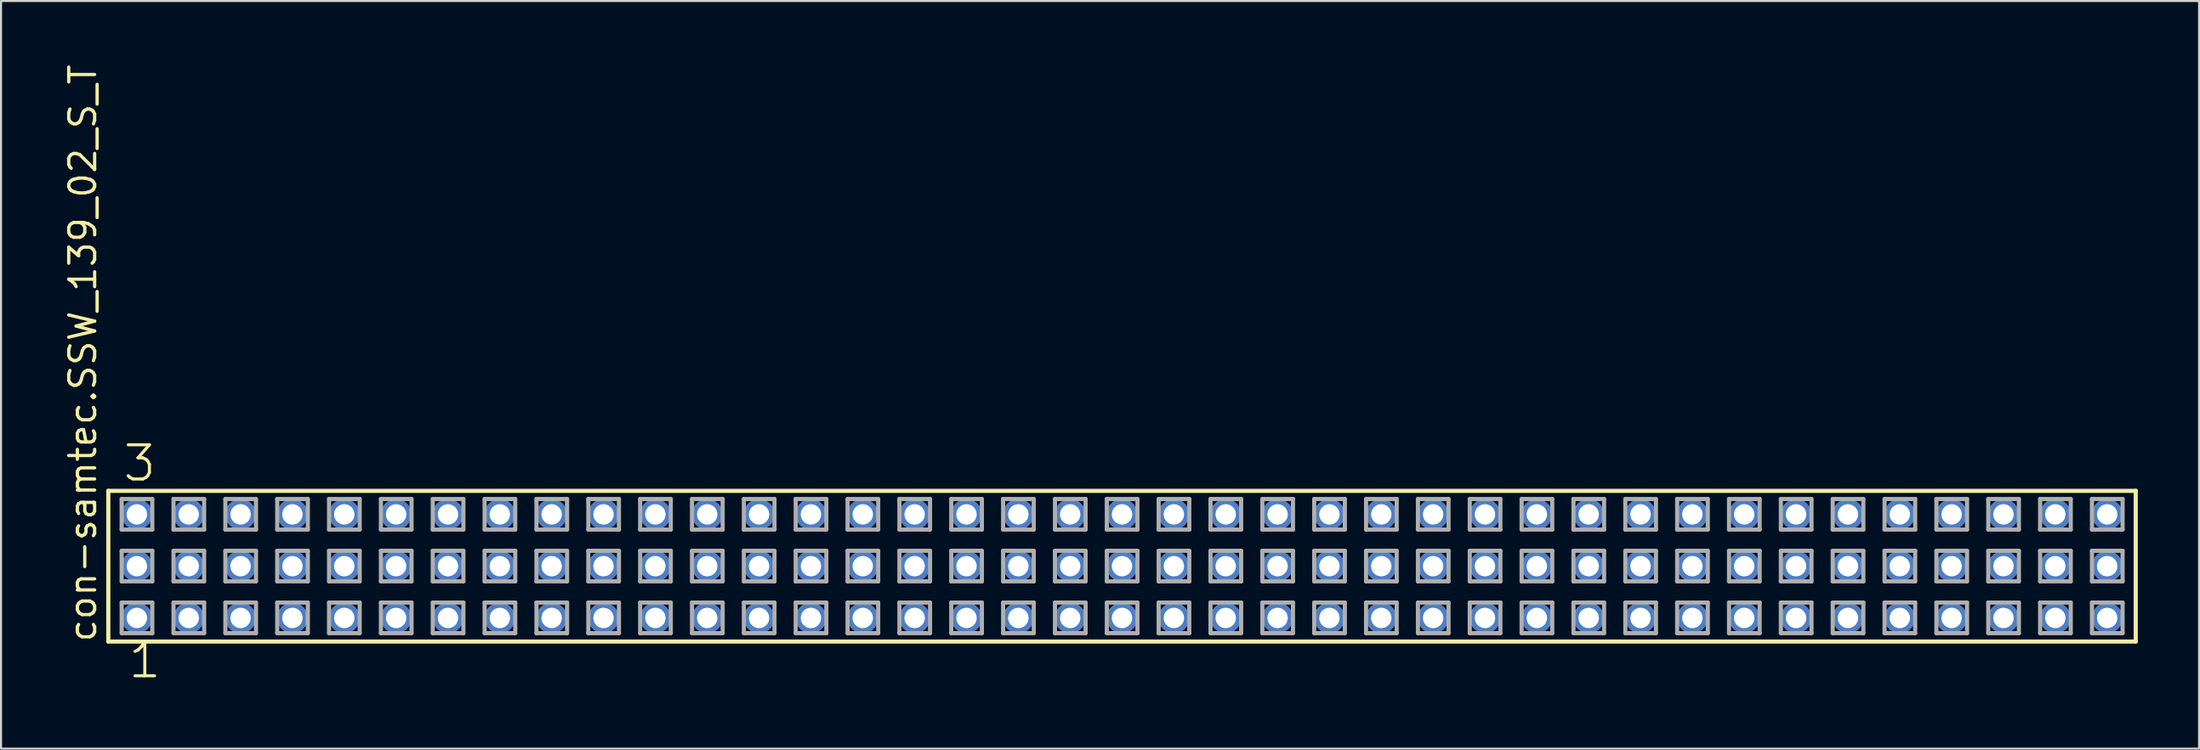
<source format=kicad_pcb>
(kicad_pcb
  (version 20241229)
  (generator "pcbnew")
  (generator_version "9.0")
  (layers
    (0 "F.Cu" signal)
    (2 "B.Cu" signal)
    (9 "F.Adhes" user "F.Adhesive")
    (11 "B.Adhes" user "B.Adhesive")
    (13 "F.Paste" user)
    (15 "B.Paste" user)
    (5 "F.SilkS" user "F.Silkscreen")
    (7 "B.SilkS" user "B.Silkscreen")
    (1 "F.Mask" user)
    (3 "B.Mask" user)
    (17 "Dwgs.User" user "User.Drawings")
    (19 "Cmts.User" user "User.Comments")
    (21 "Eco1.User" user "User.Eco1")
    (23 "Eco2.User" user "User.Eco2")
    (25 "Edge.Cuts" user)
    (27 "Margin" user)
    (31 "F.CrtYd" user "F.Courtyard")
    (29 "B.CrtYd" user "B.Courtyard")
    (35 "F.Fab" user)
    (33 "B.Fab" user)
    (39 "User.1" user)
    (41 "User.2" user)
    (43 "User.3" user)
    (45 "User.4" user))
  (footprint "con-samtec.SSW_139_02_S_T"
    (layer "F.Cu")
    (at 51.915 24.719)
    (property "Reference" "con-samtec.SSW_139_02_S_T" (at -50.165 3.81 90) (layer "F.SilkS") (effects (font (size 1.27 1.27) (thickness 0.16)) (justify left bottom)))
    (attr through_hole)
    (fp_line (start -49.659 -3.695) (end 49.659 -3.695) (stroke (width 0.203) (type default)) (layer "F.SilkS"))
    (fp_line (start -49.659 3.695) (end -49.659 -3.695) (stroke (width 0.203) (type default)) (layer "F.SilkS"))
    (fp_line (start 49.659 -3.695) (end 49.659 3.695) (stroke (width 0.203) (type default)) (layer "F.SilkS"))
    (fp_line (start 49.659 3.695) (end -49.659 3.695) (stroke (width 0.203) (type default)) (layer "F.SilkS"))
    (fp_line (start -49.005 -3.295) (end -47.505 -3.295) (stroke (width 0.203) (type default)) (layer "F.Fab"))
    (fp_line (start -49.005 -1.795) (end -49.005 -3.295) (stroke (width 0.203) (type default)) (layer "F.Fab"))
    (fp_line (start -49.005 -0.755) (end -47.505 -0.755) (stroke (width 0.203) (type default)) (layer "F.Fab"))
    (fp_line (start -49.005 0.745) (end -49.005 -0.755) (stroke (width 0.203) (type default)) (layer "F.Fab"))
    (fp_line (start -49.005 1.785) (end -47.505 1.785) (stroke (width 0.203) (type default)) (layer "F.Fab"))
    (fp_line (start -49.005 3.285) (end -49.005 1.785) (stroke (width 0.203) (type default)) (layer "F.Fab"))
    (fp_line (start -47.505 -3.295) (end -47.505 -1.795) (stroke (width 0.203) (type default)) (layer "F.Fab"))
    (fp_line (start -47.505 -1.795) (end -49.005 -1.795) (stroke (width 0.203) (type default)) (layer "F.Fab"))
    (fp_line (start -47.505 -0.755) (end -47.505 0.745) (stroke (width 0.203) (type default)) (layer "F.Fab"))
    (fp_line (start -47.505 0.745) (end -49.005 0.745) (stroke (width 0.203) (type default)) (layer "F.Fab"))
    (fp_line (start -47.505 1.785) (end -47.505 3.285) (stroke (width 0.203) (type default)) (layer "F.Fab"))
    (fp_line (start -47.505 3.285) (end -49.005 3.285) (stroke (width 0.203) (type default)) (layer "F.Fab"))
    (fp_line (start -46.465 -3.295) (end -44.965 -3.295) (stroke (width 0.203) (type default)) (layer "F.Fab"))
    (fp_line (start -46.465 -1.795) (end -46.465 -3.295) (stroke (width 0.203) (type default)) (layer "F.Fab"))
    (fp_line (start -46.465 -0.755) (end -44.965 -0.755) (stroke (width 0.203) (type default)) (layer "F.Fab"))
    (fp_line (start -46.465 0.745) (end -46.465 -0.755) (stroke (width 0.203) (type default)) (layer "F.Fab"))
    (fp_line (start -46.465 1.785) (end -44.965 1.785) (stroke (width 0.203) (type default)) (layer "F.Fab"))
    (fp_line (start -46.465 3.285) (end -46.465 1.785) (stroke (width 0.203) (type default)) (layer "F.Fab"))
    (fp_line (start -44.965 -3.295) (end -44.965 -1.795) (stroke (width 0.203) (type default)) (layer "F.Fab"))
    (fp_line (start -44.965 -1.795) (end -46.465 -1.795) (stroke (width 0.203) (type default)) (layer "F.Fab"))
    (fp_line (start -44.965 -0.755) (end -44.965 0.745) (stroke (width 0.203) (type default)) (layer "F.Fab"))
    (fp_line (start -44.965 0.745) (end -46.465 0.745) (stroke (width 0.203) (type default)) (layer "F.Fab"))
    (fp_line (start -44.965 1.785) (end -44.965 3.285) (stroke (width 0.203) (type default)) (layer "F.Fab"))
    (fp_line (start -44.965 3.285) (end -46.465 3.285) (stroke (width 0.203) (type default)) (layer "F.Fab"))
    (fp_line (start -43.925 -3.295) (end -42.425 -3.295) (stroke (width 0.203) (type default)) (layer "F.Fab"))
    (fp_line (start -43.925 -1.795) (end -43.925 -3.295) (stroke (width 0.203) (type default)) (layer "F.Fab"))
    (fp_line (start -43.925 -0.755) (end -42.425 -0.755) (stroke (width 0.203) (type default)) (layer "F.Fab"))
    (fp_line (start -43.925 0.745) (end -43.925 -0.755) (stroke (width 0.203) (type default)) (layer "F.Fab"))
    (fp_line (start -43.925 1.785) (end -42.425 1.785) (stroke (width 0.203) (type default)) (layer "F.Fab"))
    (fp_line (start -43.925 3.285) (end -43.925 1.785) (stroke (width 0.203) (type default)) (layer "F.Fab"))
    (fp_line (start -42.425 -3.295) (end -42.425 -1.795) (stroke (width 0.203) (type default)) (layer "F.Fab"))
    (fp_line (start -42.425 -1.795) (end -43.925 -1.795) (stroke (width 0.203) (type default)) (layer "F.Fab"))
    (fp_line (start -42.425 -0.755) (end -42.425 0.745) (stroke (width 0.203) (type default)) (layer "F.Fab"))
    (fp_line (start -42.425 0.745) (end -43.925 0.745) (stroke (width 0.203) (type default)) (layer "F.Fab"))
    (fp_line (start -42.425 1.785) (end -42.425 3.285) (stroke (width 0.203) (type default)) (layer "F.Fab"))
    (fp_line (start -42.425 3.285) (end -43.925 3.285) (stroke (width 0.203) (type default)) (layer "F.Fab"))
    (fp_line (start -41.385 -3.295) (end -39.885 -3.295) (stroke (width 0.203) (type default)) (layer "F.Fab"))
    (fp_line (start -41.385 -1.795) (end -41.385 -3.295) (stroke (width 0.203) (type default)) (layer "F.Fab"))
    (fp_line (start -41.385 -0.755) (end -39.885 -0.755) (stroke (width 0.203) (type default)) (layer "F.Fab"))
    (fp_line (start -41.385 0.745) (end -41.385 -0.755) (stroke (width 0.203) (type default)) (layer "F.Fab"))
    (fp_line (start -41.385 1.785) (end -39.885 1.785) (stroke (width 0.203) (type default)) (layer "F.Fab"))
    (fp_line (start -41.385 3.285) (end -41.385 1.785) (stroke (width 0.203) (type default)) (layer "F.Fab"))
    (fp_line (start -39.885 -3.295) (end -39.885 -1.795) (stroke (width 0.203) (type default)) (layer "F.Fab"))
    (fp_line (start -39.885 -1.795) (end -41.385 -1.795) (stroke (width 0.203) (type default)) (layer "F.Fab"))
    (fp_line (start -39.885 -0.755) (end -39.885 0.745) (stroke (width 0.203) (type default)) (layer "F.Fab"))
    (fp_line (start -39.885 0.745) (end -41.385 0.745) (stroke (width 0.203) (type default)) (layer "F.Fab"))
    (fp_line (start -39.885 1.785) (end -39.885 3.285) (stroke (width 0.203) (type default)) (layer "F.Fab"))
    (fp_line (start -39.885 3.285) (end -41.385 3.285) (stroke (width 0.203) (type default)) (layer "F.Fab"))
    (fp_line (start -38.845 -3.295) (end -37.345 -3.295) (stroke (width 0.203) (type default)) (layer "F.Fab"))
    (fp_line (start -38.845 -1.795) (end -38.845 -3.295) (stroke (width 0.203) (type default)) (layer "F.Fab"))
    (fp_line (start -38.845 -0.755) (end -37.345 -0.755) (stroke (width 0.203) (type default)) (layer "F.Fab"))
    (fp_line (start -38.845 0.745) (end -38.845 -0.755) (stroke (width 0.203) (type default)) (layer "F.Fab"))
    (fp_line (start -38.845 1.785) (end -37.345 1.785) (stroke (width 0.203) (type default)) (layer "F.Fab"))
    (fp_line (start -38.845 3.285) (end -38.845 1.785) (stroke (width 0.203) (type default)) (layer "F.Fab"))
    (fp_line (start -37.345 -3.295) (end -37.345 -1.795) (stroke (width 0.203) (type default)) (layer "F.Fab"))
    (fp_line (start -37.345 -1.795) (end -38.845 -1.795) (stroke (width 0.203) (type default)) (layer "F.Fab"))
    (fp_line (start -37.345 -0.755) (end -37.345 0.745) (stroke (width 0.203) (type default)) (layer "F.Fab"))
    (fp_line (start -37.345 0.745) (end -38.845 0.745) (stroke (width 0.203) (type default)) (layer "F.Fab"))
    (fp_line (start -37.345 1.785) (end -37.345 3.285) (stroke (width 0.203) (type default)) (layer "F.Fab"))
    (fp_line (start -37.345 3.285) (end -38.845 3.285) (stroke (width 0.203) (type default)) (layer "F.Fab"))
    (fp_line (start -36.305 -3.295) (end -34.805 -3.295) (stroke (width 0.203) (type default)) (layer "F.Fab"))
    (fp_line (start -36.305 -1.795) (end -36.305 -3.295) (stroke (width 0.203) (type default)) (layer "F.Fab"))
    (fp_line (start -36.305 -0.755) (end -34.805 -0.755) (stroke (width 0.203) (type default)) (layer "F.Fab"))
    (fp_line (start -36.305 0.745) (end -36.305 -0.755) (stroke (width 0.203) (type default)) (layer "F.Fab"))
    (fp_line (start -36.305 1.785) (end -34.805 1.785) (stroke (width 0.203) (type default)) (layer "F.Fab"))
    (fp_line (start -36.305 3.285) (end -36.305 1.785) (stroke (width 0.203) (type default)) (layer "F.Fab"))
    (fp_line (start -34.805 -3.295) (end -34.805 -1.795) (stroke (width 0.203) (type default)) (layer "F.Fab"))
    (fp_line (start -34.805 -1.795) (end -36.305 -1.795) (stroke (width 0.203) (type default)) (layer "F.Fab"))
    (fp_line (start -34.805 -0.755) (end -34.805 0.745) (stroke (width 0.203) (type default)) (layer "F.Fab"))
    (fp_line (start -34.805 0.745) (end -36.305 0.745) (stroke (width 0.203) (type default)) (layer "F.Fab"))
    (fp_line (start -34.805 1.785) (end -34.805 3.285) (stroke (width 0.203) (type default)) (layer "F.Fab"))
    (fp_line (start -34.805 3.285) (end -36.305 3.285) (stroke (width 0.203) (type default)) (layer "F.Fab"))
    (fp_line (start -33.765 -3.295) (end -32.265 -3.295) (stroke (width 0.203) (type default)) (layer "F.Fab"))
    (fp_line (start -33.765 -1.795) (end -33.765 -3.295) (stroke (width 0.203) (type default)) (layer "F.Fab"))
    (fp_line (start -33.765 -0.755) (end -32.265 -0.755) (stroke (width 0.203) (type default)) (layer "F.Fab"))
    (fp_line (start -33.765 0.745) (end -33.765 -0.755) (stroke (width 0.203) (type default)) (layer "F.Fab"))
    (fp_line (start -33.765 1.785) (end -32.265 1.785) (stroke (width 0.203) (type default)) (layer "F.Fab"))
    (fp_line (start -33.765 3.285) (end -33.765 1.785) (stroke (width 0.203) (type default)) (layer "F.Fab"))
    (fp_line (start -32.265 -3.295) (end -32.265 -1.795) (stroke (width 0.203) (type default)) (layer "F.Fab"))
    (fp_line (start -32.265 -1.795) (end -33.765 -1.795) (stroke (width 0.203) (type default)) (layer "F.Fab"))
    (fp_line (start -32.265 -0.755) (end -32.265 0.745) (stroke (width 0.203) (type default)) (layer "F.Fab"))
    (fp_line (start -32.265 0.745) (end -33.765 0.745) (stroke (width 0.203) (type default)) (layer "F.Fab"))
    (fp_line (start -32.265 1.785) (end -32.265 3.285) (stroke (width 0.203) (type default)) (layer "F.Fab"))
    (fp_line (start -32.265 3.285) (end -33.765 3.285) (stroke (width 0.203) (type default)) (layer "F.Fab"))
    (fp_line (start -31.225 -3.295) (end -29.725 -3.295) (stroke (width 0.203) (type default)) (layer "F.Fab"))
    (fp_line (start -31.225 -1.795) (end -31.225 -3.295) (stroke (width 0.203) (type default)) (layer "F.Fab"))
    (fp_line (start -31.225 -0.755) (end -29.725 -0.755) (stroke (width 0.203) (type default)) (layer "F.Fab"))
    (fp_line (start -31.225 0.745) (end -31.225 -0.755) (stroke (width 0.203) (type default)) (layer "F.Fab"))
    (fp_line (start -31.225 1.785) (end -29.725 1.785) (stroke (width 0.203) (type default)) (layer "F.Fab"))
    (fp_line (start -31.225 3.285) (end -31.225 1.785) (stroke (width 0.203) (type default)) (layer "F.Fab"))
    (fp_line (start -29.725 -3.295) (end -29.725 -1.795) (stroke (width 0.203) (type default)) (layer "F.Fab"))
    (fp_line (start -29.725 -1.795) (end -31.225 -1.795) (stroke (width 0.203) (type default)) (layer "F.Fab"))
    (fp_line (start -29.725 -0.755) (end -29.725 0.745) (stroke (width 0.203) (type default)) (layer "F.Fab"))
    (fp_line (start -29.725 0.745) (end -31.225 0.745) (stroke (width 0.203) (type default)) (layer "F.Fab"))
    (fp_line (start -29.725 1.785) (end -29.725 3.285) (stroke (width 0.203) (type default)) (layer "F.Fab"))
    (fp_line (start -29.725 3.285) (end -31.225 3.285) (stroke (width 0.203) (type default)) (layer "F.Fab"))
    (fp_line (start -28.685 -3.295) (end -27.185 -3.295) (stroke (width 0.203) (type default)) (layer "F.Fab"))
    (fp_line (start -28.685 -1.795) (end -28.685 -3.295) (stroke (width 0.203) (type default)) (layer "F.Fab"))
    (fp_line (start -28.685 -0.755) (end -27.185 -0.755) (stroke (width 0.203) (type default)) (layer "F.Fab"))
    (fp_line (start -28.685 0.745) (end -28.685 -0.755) (stroke (width 0.203) (type default)) (layer "F.Fab"))
    (fp_line (start -28.685 1.785) (end -27.185 1.785) (stroke (width 0.203) (type default)) (layer "F.Fab"))
    (fp_line (start -28.685 3.285) (end -28.685 1.785) (stroke (width 0.203) (type default)) (layer "F.Fab"))
    (fp_line (start -27.185 -3.295) (end -27.185 -1.795) (stroke (width 0.203) (type default)) (layer "F.Fab"))
    (fp_line (start -27.185 -1.795) (end -28.685 -1.795) (stroke (width 0.203) (type default)) (layer "F.Fab"))
    (fp_line (start -27.185 -0.755) (end -27.185 0.745) (stroke (width 0.203) (type default)) (layer "F.Fab"))
    (fp_line (start -27.185 0.745) (end -28.685 0.745) (stroke (width 0.203) (type default)) (layer "F.Fab"))
    (fp_line (start -27.185 1.785) (end -27.185 3.285) (stroke (width 0.203) (type default)) (layer "F.Fab"))
    (fp_line (start -27.185 3.285) (end -28.685 3.285) (stroke (width 0.203) (type default)) (layer "F.Fab"))
    (fp_line (start -26.145 -3.295) (end -24.645 -3.295) (stroke (width 0.203) (type default)) (layer "F.Fab"))
    (fp_line (start -26.145 -1.795) (end -26.145 -3.295) (stroke (width 0.203) (type default)) (layer "F.Fab"))
    (fp_line (start -26.145 -0.755) (end -24.645 -0.755) (stroke (width 0.203) (type default)) (layer "F.Fab"))
    (fp_line (start -26.145 0.745) (end -26.145 -0.755) (stroke (width 0.203) (type default)) (layer "F.Fab"))
    (fp_line (start -26.145 1.785) (end -24.645 1.785) (stroke (width 0.203) (type default)) (layer "F.Fab"))
    (fp_line (start -26.145 3.285) (end -26.145 1.785) (stroke (width 0.203) (type default)) (layer "F.Fab"))
    (fp_line (start -24.645 -3.295) (end -24.645 -1.795) (stroke (width 0.203) (type default)) (layer "F.Fab"))
    (fp_line (start -24.645 -1.795) (end -26.145 -1.795) (stroke (width 0.203) (type default)) (layer "F.Fab"))
    (fp_line (start -24.645 -0.755) (end -24.645 0.745) (stroke (width 0.203) (type default)) (layer "F.Fab"))
    (fp_line (start -24.645 0.745) (end -26.145 0.745) (stroke (width 0.203) (type default)) (layer "F.Fab"))
    (fp_line (start -24.645 1.785) (end -24.645 3.285) (stroke (width 0.203) (type default)) (layer "F.Fab"))
    (fp_line (start -24.645 3.285) (end -26.145 3.285) (stroke (width 0.203) (type default)) (layer "F.Fab"))
    (fp_line (start -23.605 -3.295) (end -22.105 -3.295) (stroke (width 0.203) (type default)) (layer "F.Fab"))
    (fp_line (start -23.605 -1.795) (end -23.605 -3.295) (stroke (width 0.203) (type default)) (layer "F.Fab"))
    (fp_line (start -23.605 -0.755) (end -22.105 -0.755) (stroke (width 0.203) (type default)) (layer "F.Fab"))
    (fp_line (start -23.605 0.745) (end -23.605 -0.755) (stroke (width 0.203) (type default)) (layer "F.Fab"))
    (fp_line (start -23.605 1.785) (end -22.105 1.785) (stroke (width 0.203) (type default)) (layer "F.Fab"))
    (fp_line (start -23.605 3.285) (end -23.605 1.785) (stroke (width 0.203) (type default)) (layer "F.Fab"))
    (fp_line (start -22.105 -3.295) (end -22.105 -1.795) (stroke (width 0.203) (type default)) (layer "F.Fab"))
    (fp_line (start -22.105 -1.795) (end -23.605 -1.795) (stroke (width 0.203) (type default)) (layer "F.Fab"))
    (fp_line (start -22.105 -0.755) (end -22.105 0.745) (stroke (width 0.203) (type default)) (layer "F.Fab"))
    (fp_line (start -22.105 0.745) (end -23.605 0.745) (stroke (width 0.203) (type default)) (layer "F.Fab"))
    (fp_line (start -22.105 1.785) (end -22.105 3.285) (stroke (width 0.203) (type default)) (layer "F.Fab"))
    (fp_line (start -22.105 3.285) (end -23.605 3.285) (stroke (width 0.203) (type default)) (layer "F.Fab"))
    (fp_line (start -21.065 -3.295) (end -19.565 -3.295) (stroke (width 0.203) (type default)) (layer "F.Fab"))
    (fp_line (start -21.065 -1.795) (end -21.065 -3.295) (stroke (width 0.203) (type default)) (layer "F.Fab"))
    (fp_line (start -21.065 -0.755) (end -19.565 -0.755) (stroke (width 0.203) (type default)) (layer "F.Fab"))
    (fp_line (start -21.065 0.745) (end -21.065 -0.755) (stroke (width 0.203) (type default)) (layer "F.Fab"))
    (fp_line (start -21.065 1.785) (end -19.565 1.785) (stroke (width 0.203) (type default)) (layer "F.Fab"))
    (fp_line (start -21.065 3.285) (end -21.065 1.785) (stroke (width 0.203) (type default)) (layer "F.Fab"))
    (fp_line (start -19.565 -3.295) (end -19.565 -1.795) (stroke (width 0.203) (type default)) (layer "F.Fab"))
    (fp_line (start -19.565 -1.795) (end -21.065 -1.795) (stroke (width 0.203) (type default)) (layer "F.Fab"))
    (fp_line (start -19.565 -0.755) (end -19.565 0.745) (stroke (width 0.203) (type default)) (layer "F.Fab"))
    (fp_line (start -19.565 0.745) (end -21.065 0.745) (stroke (width 0.203) (type default)) (layer "F.Fab"))
    (fp_line (start -19.565 1.785) (end -19.565 3.285) (stroke (width 0.203) (type default)) (layer "F.Fab"))
    (fp_line (start -19.565 3.285) (end -21.065 3.285) (stroke (width 0.203) (type default)) (layer "F.Fab"))
    (fp_line (start -18.525 -3.295) (end -17.025 -3.295) (stroke (width 0.203) (type default)) (layer "F.Fab"))
    (fp_line (start -18.525 -1.795) (end -18.525 -3.295) (stroke (width 0.203) (type default)) (layer "F.Fab"))
    (fp_line (start -18.525 -0.755) (end -17.025 -0.755) (stroke (width 0.203) (type default)) (layer "F.Fab"))
    (fp_line (start -18.525 0.745) (end -18.525 -0.755) (stroke (width 0.203) (type default)) (layer "F.Fab"))
    (fp_line (start -18.525 1.785) (end -17.025 1.785) (stroke (width 0.203) (type default)) (layer "F.Fab"))
    (fp_line (start -18.525 3.285) (end -18.525 1.785) (stroke (width 0.203) (type default)) (layer "F.Fab"))
    (fp_line (start -17.025 -3.295) (end -17.025 -1.795) (stroke (width 0.203) (type default)) (layer "F.Fab"))
    (fp_line (start -17.025 -1.795) (end -18.525 -1.795) (stroke (width 0.203) (type default)) (layer "F.Fab"))
    (fp_line (start -17.025 -0.755) (end -17.025 0.745) (stroke (width 0.203) (type default)) (layer "F.Fab"))
    (fp_line (start -17.025 0.745) (end -18.525 0.745) (stroke (width 0.203) (type default)) (layer "F.Fab"))
    (fp_line (start -17.025 1.785) (end -17.025 3.285) (stroke (width 0.203) (type default)) (layer "F.Fab"))
    (fp_line (start -17.025 3.285) (end -18.525 3.285) (stroke (width 0.203) (type default)) (layer "F.Fab"))
    (fp_line (start -15.985 -3.295) (end -14.485 -3.295) (stroke (width 0.203) (type default)) (layer "F.Fab"))
    (fp_line (start -15.985 -1.795) (end -15.985 -3.295) (stroke (width 0.203) (type default)) (layer "F.Fab"))
    (fp_line (start -15.985 -0.755) (end -14.485 -0.755) (stroke (width 0.203) (type default)) (layer "F.Fab"))
    (fp_line (start -15.985 0.745) (end -15.985 -0.755) (stroke (width 0.203) (type default)) (layer "F.Fab"))
    (fp_line (start -15.985 1.785) (end -14.485 1.785) (stroke (width 0.203) (type default)) (layer "F.Fab"))
    (fp_line (start -15.985 3.285) (end -15.985 1.785) (stroke (width 0.203) (type default)) (layer "F.Fab"))
    (fp_line (start -14.485 -3.295) (end -14.485 -1.795) (stroke (width 0.203) (type default)) (layer "F.Fab"))
    (fp_line (start -14.485 -1.795) (end -15.985 -1.795) (stroke (width 0.203) (type default)) (layer "F.Fab"))
    (fp_line (start -14.485 -0.755) (end -14.485 0.745) (stroke (width 0.203) (type default)) (layer "F.Fab"))
    (fp_line (start -14.485 0.745) (end -15.985 0.745) (stroke (width 0.203) (type default)) (layer "F.Fab"))
    (fp_line (start -14.485 1.785) (end -14.485 3.285) (stroke (width 0.203) (type default)) (layer "F.Fab"))
    (fp_line (start -14.485 3.285) (end -15.985 3.285) (stroke (width 0.203) (type default)) (layer "F.Fab"))
    (fp_line (start -13.445 -3.295) (end -11.945 -3.295) (stroke (width 0.203) (type default)) (layer "F.Fab"))
    (fp_line (start -13.445 -1.795) (end -13.445 -3.295) (stroke (width 0.203) (type default)) (layer "F.Fab"))
    (fp_line (start -13.445 -0.755) (end -11.945 -0.755) (stroke (width 0.203) (type default)) (layer "F.Fab"))
    (fp_line (start -13.445 0.745) (end -13.445 -0.755) (stroke (width 0.203) (type default)) (layer "F.Fab"))
    (fp_line (start -13.445 1.785) (end -11.945 1.785) (stroke (width 0.203) (type default)) (layer "F.Fab"))
    (fp_line (start -13.445 3.285) (end -13.445 1.785) (stroke (width 0.203) (type default)) (layer "F.Fab"))
    (fp_line (start -11.945 -3.295) (end -11.945 -1.795) (stroke (width 0.203) (type default)) (layer "F.Fab"))
    (fp_line (start -11.945 -1.795) (end -13.445 -1.795) (stroke (width 0.203) (type default)) (layer "F.Fab"))
    (fp_line (start -11.945 -0.755) (end -11.945 0.745) (stroke (width 0.203) (type default)) (layer "F.Fab"))
    (fp_line (start -11.945 0.745) (end -13.445 0.745) (stroke (width 0.203) (type default)) (layer "F.Fab"))
    (fp_line (start -11.945 1.785) (end -11.945 3.285) (stroke (width 0.203) (type default)) (layer "F.Fab"))
    (fp_line (start -11.945 3.285) (end -13.445 3.285) (stroke (width 0.203) (type default)) (layer "F.Fab"))
    (fp_line (start -10.905 -3.295) (end -9.405 -3.295) (stroke (width 0.203) (type default)) (layer "F.Fab"))
    (fp_line (start -10.905 -1.795) (end -10.905 -3.295) (stroke (width 0.203) (type default)) (layer "F.Fab"))
    (fp_line (start -10.905 -0.755) (end -9.405 -0.755) (stroke (width 0.203) (type default)) (layer "F.Fab"))
    (fp_line (start -10.905 0.745) (end -10.905 -0.755) (stroke (width 0.203) (type default)) (layer "F.Fab"))
    (fp_line (start -10.905 1.785) (end -9.405 1.785) (stroke (width 0.203) (type default)) (layer "F.Fab"))
    (fp_line (start -10.905 3.285) (end -10.905 1.785) (stroke (width 0.203) (type default)) (layer "F.Fab"))
    (fp_line (start -9.405 -3.295) (end -9.405 -1.795) (stroke (width 0.203) (type default)) (layer "F.Fab"))
    (fp_line (start -9.405 -1.795) (end -10.905 -1.795) (stroke (width 0.203) (type default)) (layer "F.Fab"))
    (fp_line (start -9.405 -0.755) (end -9.405 0.745) (stroke (width 0.203) (type default)) (layer "F.Fab"))
    (fp_line (start -9.405 0.745) (end -10.905 0.745) (stroke (width 0.203) (type default)) (layer "F.Fab"))
    (fp_line (start -9.405 1.785) (end -9.405 3.285) (stroke (width 0.203) (type default)) (layer "F.Fab"))
    (fp_line (start -9.405 3.285) (end -10.905 3.285) (stroke (width 0.203) (type default)) (layer "F.Fab"))
    (fp_line (start -8.365 -3.295) (end -6.865 -3.295) (stroke (width 0.203) (type default)) (layer "F.Fab"))
    (fp_line (start -8.365 -1.795) (end -8.365 -3.295) (stroke (width 0.203) (type default)) (layer "F.Fab"))
    (fp_line (start -8.365 -0.755) (end -6.865 -0.755) (stroke (width 0.203) (type default)) (layer "F.Fab"))
    (fp_line (start -8.365 0.745) (end -8.365 -0.755) (stroke (width 0.203) (type default)) (layer "F.Fab"))
    (fp_line (start -8.365 1.785) (end -6.865 1.785) (stroke (width 0.203) (type default)) (layer "F.Fab"))
    (fp_line (start -8.365 3.285) (end -8.365 1.785) (stroke (width 0.203) (type default)) (layer "F.Fab"))
    (fp_line (start -6.865 -3.295) (end -6.865 -1.795) (stroke (width 0.203) (type default)) (layer "F.Fab"))
    (fp_line (start -6.865 -1.795) (end -8.365 -1.795) (stroke (width 0.203) (type default)) (layer "F.Fab"))
    (fp_line (start -6.865 -0.755) (end -6.865 0.745) (stroke (width 0.203) (type default)) (layer "F.Fab"))
    (fp_line (start -6.865 0.745) (end -8.365 0.745) (stroke (width 0.203) (type default)) (layer "F.Fab"))
    (fp_line (start -6.865 1.785) (end -6.865 3.285) (stroke (width 0.203) (type default)) (layer "F.Fab"))
    (fp_line (start -6.865 3.285) (end -8.365 3.285) (stroke (width 0.203) (type default)) (layer "F.Fab"))
    (fp_line (start -5.825 -3.295) (end -4.325 -3.295) (stroke (width 0.203) (type default)) (layer "F.Fab"))
    (fp_line (start -5.825 -1.795) (end -5.825 -3.295) (stroke (width 0.203) (type default)) (layer "F.Fab"))
    (fp_line (start -5.825 -0.755) (end -4.325 -0.755) (stroke (width 0.203) (type default)) (layer "F.Fab"))
    (fp_line (start -5.825 0.745) (end -5.825 -0.755) (stroke (width 0.203) (type default)) (layer "F.Fab"))
    (fp_line (start -5.825 1.785) (end -4.325 1.785) (stroke (width 0.203) (type default)) (layer "F.Fab"))
    (fp_line (start -5.825 3.285) (end -5.825 1.785) (stroke (width 0.203) (type default)) (layer "F.Fab"))
    (fp_line (start -4.325 -3.295) (end -4.325 -1.795) (stroke (width 0.203) (type default)) (layer "F.Fab"))
    (fp_line (start -4.325 -1.795) (end -5.825 -1.795) (stroke (width 0.203) (type default)) (layer "F.Fab"))
    (fp_line (start -4.325 -0.755) (end -4.325 0.745) (stroke (width 0.203) (type default)) (layer "F.Fab"))
    (fp_line (start -4.325 0.745) (end -5.825 0.745) (stroke (width 0.203) (type default)) (layer "F.Fab"))
    (fp_line (start -4.325 1.785) (end -4.325 3.285) (stroke (width 0.203) (type default)) (layer "F.Fab"))
    (fp_line (start -4.325 3.285) (end -5.825 3.285) (stroke (width 0.203) (type default)) (layer "F.Fab"))
    (fp_line (start -3.285 -3.295) (end -1.785 -3.295) (stroke (width 0.203) (type default)) (layer "F.Fab"))
    (fp_line (start -3.285 -1.795) (end -3.285 -3.295) (stroke (width 0.203) (type default)) (layer "F.Fab"))
    (fp_line (start -3.285 -0.755) (end -1.785 -0.755) (stroke (width 0.203) (type default)) (layer "F.Fab"))
    (fp_line (start -3.285 0.745) (end -3.285 -0.755) (stroke (width 0.203) (type default)) (layer "F.Fab"))
    (fp_line (start -3.285 1.785) (end -1.785 1.785) (stroke (width 0.203) (type default)) (layer "F.Fab"))
    (fp_line (start -3.285 3.285) (end -3.285 1.785) (stroke (width 0.203) (type default)) (layer "F.Fab"))
    (fp_line (start -1.785 -3.295) (end -1.785 -1.795) (stroke (width 0.203) (type default)) (layer "F.Fab"))
    (fp_line (start -1.785 -1.795) (end -3.285 -1.795) (stroke (width 0.203) (type default)) (layer "F.Fab"))
    (fp_line (start -1.785 -0.755) (end -1.785 0.745) (stroke (width 0.203) (type default)) (layer "F.Fab"))
    (fp_line (start -1.785 0.745) (end -3.285 0.745) (stroke (width 0.203) (type default)) (layer "F.Fab"))
    (fp_line (start -1.785 1.785) (end -1.785 3.285) (stroke (width 0.203) (type default)) (layer "F.Fab"))
    (fp_line (start -1.785 3.285) (end -3.285 3.285) (stroke (width 0.203) (type default)) (layer "F.Fab"))
    (fp_line (start -0.745 -3.295) (end 0.755 -3.295) (stroke (width 0.203) (type default)) (layer "F.Fab"))
    (fp_line (start -0.745 -1.795) (end -0.745 -3.295) (stroke (width 0.203) (type default)) (layer "F.Fab"))
    (fp_line (start -0.745 -0.755) (end 0.755 -0.755) (stroke (width 0.203) (type default)) (layer "F.Fab"))
    (fp_line (start -0.745 0.745) (end -0.745 -0.755) (stroke (width 0.203) (type default)) (layer "F.Fab"))
    (fp_line (start -0.745 1.785) (end 0.755 1.785) (stroke (width 0.203) (type default)) (layer "F.Fab"))
    (fp_line (start -0.745 3.285) (end -0.745 1.785) (stroke (width 0.203) (type default)) (layer "F.Fab"))
    (fp_line (start 0.755 -3.295) (end 0.755 -1.795) (stroke (width 0.203) (type default)) (layer "F.Fab"))
    (fp_line (start 0.755 -1.795) (end -0.745 -1.795) (stroke (width 0.203) (type default)) (layer "F.Fab"))
    (fp_line (start 0.755 -0.755) (end 0.755 0.745) (stroke (width 0.203) (type default)) (layer "F.Fab"))
    (fp_line (start 0.755 0.745) (end -0.745 0.745) (stroke (width 0.203) (type default)) (layer "F.Fab"))
    (fp_line (start 0.755 1.785) (end 0.755 3.285) (stroke (width 0.203) (type default)) (layer "F.Fab"))
    (fp_line (start 0.755 3.285) (end -0.745 3.285) (stroke (width 0.203) (type default)) (layer "F.Fab"))
    (fp_line (start 1.795 -3.295) (end 3.295 -3.295) (stroke (width 0.203) (type default)) (layer "F.Fab"))
    (fp_line (start 1.795 -1.795) (end 1.795 -3.295) (stroke (width 0.203) (type default)) (layer "F.Fab"))
    (fp_line (start 1.795 -0.755) (end 3.295 -0.755) (stroke (width 0.203) (type default)) (layer "F.Fab"))
    (fp_line (start 1.795 0.745) (end 1.795 -0.755) (stroke (width 0.203) (type default)) (layer "F.Fab"))
    (fp_line (start 1.795 1.785) (end 3.295 1.785) (stroke (width 0.203) (type default)) (layer "F.Fab"))
    (fp_line (start 1.795 3.285) (end 1.795 1.785) (stroke (width 0.203) (type default)) (layer "F.Fab"))
    (fp_line (start 3.295 -3.295) (end 3.295 -1.795) (stroke (width 0.203) (type default)) (layer "F.Fab"))
    (fp_line (start 3.295 -1.795) (end 1.795 -1.795) (stroke (width 0.203) (type default)) (layer "F.Fab"))
    (fp_line (start 3.295 -0.755) (end 3.295 0.745) (stroke (width 0.203) (type default)) (layer "F.Fab"))
    (fp_line (start 3.295 0.745) (end 1.795 0.745) (stroke (width 0.203) (type default)) (layer "F.Fab"))
    (fp_line (start 3.295 1.785) (end 3.295 3.285) (stroke (width 0.203) (type default)) (layer "F.Fab"))
    (fp_line (start 3.295 3.285) (end 1.795 3.285) (stroke (width 0.203) (type default)) (layer "F.Fab"))
    (fp_line (start 4.335 -3.295) (end 5.835 -3.295) (stroke (width 0.203) (type default)) (layer "F.Fab"))
    (fp_line (start 4.335 -1.795) (end 4.335 -3.295) (stroke (width 0.203) (type default)) (layer "F.Fab"))
    (fp_line (start 4.335 -0.755) (end 5.835 -0.755) (stroke (width 0.203) (type default)) (layer "F.Fab"))
    (fp_line (start 4.335 0.745) (end 4.335 -0.755) (stroke (width 0.203) (type default)) (layer "F.Fab"))
    (fp_line (start 4.335 1.785) (end 5.835 1.785) (stroke (width 0.203) (type default)) (layer "F.Fab"))
    (fp_line (start 4.335 3.285) (end 4.335 1.785) (stroke (width 0.203) (type default)) (layer "F.Fab"))
    (fp_line (start 5.835 -3.295) (end 5.835 -1.795) (stroke (width 0.203) (type default)) (layer "F.Fab"))
    (fp_line (start 5.835 -1.795) (end 4.335 -1.795) (stroke (width 0.203) (type default)) (layer "F.Fab"))
    (fp_line (start 5.835 -0.755) (end 5.835 0.745) (stroke (width 0.203) (type default)) (layer "F.Fab"))
    (fp_line (start 5.835 0.745) (end 4.335 0.745) (stroke (width 0.203) (type default)) (layer "F.Fab"))
    (fp_line (start 5.835 1.785) (end 5.835 3.285) (stroke (width 0.203) (type default)) (layer "F.Fab"))
    (fp_line (start 5.835 3.285) (end 4.335 3.285) (stroke (width 0.203) (type default)) (layer "F.Fab"))
    (fp_line (start 6.875 -3.295) (end 8.375 -3.295) (stroke (width 0.203) (type default)) (layer "F.Fab"))
    (fp_line (start 6.875 -1.795) (end 6.875 -3.295) (stroke (width 0.203) (type default)) (layer "F.Fab"))
    (fp_line (start 6.875 -0.755) (end 8.375 -0.755) (stroke (width 0.203) (type default)) (layer "F.Fab"))
    (fp_line (start 6.875 0.745) (end 6.875 -0.755) (stroke (width 0.203) (type default)) (layer "F.Fab"))
    (fp_line (start 6.875 1.785) (end 8.375 1.785) (stroke (width 0.203) (type default)) (layer "F.Fab"))
    (fp_line (start 6.875 3.285) (end 6.875 1.785) (stroke (width 0.203) (type default)) (layer "F.Fab"))
    (fp_line (start 8.375 -3.295) (end 8.375 -1.795) (stroke (width 0.203) (type default)) (layer "F.Fab"))
    (fp_line (start 8.375 -1.795) (end 6.875 -1.795) (stroke (width 0.203) (type default)) (layer "F.Fab"))
    (fp_line (start 8.375 -0.755) (end 8.375 0.745) (stroke (width 0.203) (type default)) (layer "F.Fab"))
    (fp_line (start 8.375 0.745) (end 6.875 0.745) (stroke (width 0.203) (type default)) (layer "F.Fab"))
    (fp_line (start 8.375 1.785) (end 8.375 3.285) (stroke (width 0.203) (type default)) (layer "F.Fab"))
    (fp_line (start 8.375 3.285) (end 6.875 3.285) (stroke (width 0.203) (type default)) (layer "F.Fab"))
    (fp_line (start 9.415 -3.295) (end 10.915 -3.295) (stroke (width 0.203) (type default)) (layer "F.Fab"))
    (fp_line (start 9.415 -1.795) (end 9.415 -3.295) (stroke (width 0.203) (type default)) (layer "F.Fab"))
    (fp_line (start 9.415 -0.755) (end 10.915 -0.755) (stroke (width 0.203) (type default)) (layer "F.Fab"))
    (fp_line (start 9.415 0.745) (end 9.415 -0.755) (stroke (width 0.203) (type default)) (layer "F.Fab"))
    (fp_line (start 9.415 1.785) (end 10.915 1.785) (stroke (width 0.203) (type default)) (layer "F.Fab"))
    (fp_line (start 9.415 3.285) (end 9.415 1.785) (stroke (width 0.203) (type default)) (layer "F.Fab"))
    (fp_line (start 10.915 -3.295) (end 10.915 -1.795) (stroke (width 0.203) (type default)) (layer "F.Fab"))
    (fp_line (start 10.915 -1.795) (end 9.415 -1.795) (stroke (width 0.203) (type default)) (layer "F.Fab"))
    (fp_line (start 10.915 -0.755) (end 10.915 0.745) (stroke (width 0.203) (type default)) (layer "F.Fab"))
    (fp_line (start 10.915 0.745) (end 9.415 0.745) (stroke (width 0.203) (type default)) (layer "F.Fab"))
    (fp_line (start 10.915 1.785) (end 10.915 3.285) (stroke (width 0.203) (type default)) (layer "F.Fab"))
    (fp_line (start 10.915 3.285) (end 9.415 3.285) (stroke (width 0.203) (type default)) (layer "F.Fab"))
    (fp_line (start 11.955 -3.295) (end 13.455 -3.295) (stroke (width 0.203) (type default)) (layer "F.Fab"))
    (fp_line (start 11.955 -1.795) (end 11.955 -3.295) (stroke (width 0.203) (type default)) (layer "F.Fab"))
    (fp_line (start 11.955 -0.755) (end 13.455 -0.755) (stroke (width 0.203) (type default)) (layer "F.Fab"))
    (fp_line (start 11.955 0.745) (end 11.955 -0.755) (stroke (width 0.203) (type default)) (layer "F.Fab"))
    (fp_line (start 11.955 1.785) (end 13.455 1.785) (stroke (width 0.203) (type default)) (layer "F.Fab"))
    (fp_line (start 11.955 3.285) (end 11.955 1.785) (stroke (width 0.203) (type default)) (layer "F.Fab"))
    (fp_line (start 13.455 -3.295) (end 13.455 -1.795) (stroke (width 0.203) (type default)) (layer "F.Fab"))
    (fp_line (start 13.455 -1.795) (end 11.955 -1.795) (stroke (width 0.203) (type default)) (layer "F.Fab"))
    (fp_line (start 13.455 -0.755) (end 13.455 0.745) (stroke (width 0.203) (type default)) (layer "F.Fab"))
    (fp_line (start 13.455 0.745) (end 11.955 0.745) (stroke (width 0.203) (type default)) (layer "F.Fab"))
    (fp_line (start 13.455 1.785) (end 13.455 3.285) (stroke (width 0.203) (type default)) (layer "F.Fab"))
    (fp_line (start 13.455 3.285) (end 11.955 3.285) (stroke (width 0.203) (type default)) (layer "F.Fab"))
    (fp_line (start 14.495 -3.295) (end 15.995 -3.295) (stroke (width 0.203) (type default)) (layer "F.Fab"))
    (fp_line (start 14.495 -1.795) (end 14.495 -3.295) (stroke (width 0.203) (type default)) (layer "F.Fab"))
    (fp_line (start 14.495 -0.755) (end 15.995 -0.755) (stroke (width 0.203) (type default)) (layer "F.Fab"))
    (fp_line (start 14.495 0.745) (end 14.495 -0.755) (stroke (width 0.203) (type default)) (layer "F.Fab"))
    (fp_line (start 14.495 1.785) (end 15.995 1.785) (stroke (width 0.203) (type default)) (layer "F.Fab"))
    (fp_line (start 14.495 3.285) (end 14.495 1.785) (stroke (width 0.203) (type default)) (layer "F.Fab"))
    (fp_line (start 15.995 -3.295) (end 15.995 -1.795) (stroke (width 0.203) (type default)) (layer "F.Fab"))
    (fp_line (start 15.995 -1.795) (end 14.495 -1.795) (stroke (width 0.203) (type default)) (layer "F.Fab"))
    (fp_line (start 15.995 -0.755) (end 15.995 0.745) (stroke (width 0.203) (type default)) (layer "F.Fab"))
    (fp_line (start 15.995 0.745) (end 14.495 0.745) (stroke (width 0.203) (type default)) (layer "F.Fab"))
    (fp_line (start 15.995 1.785) (end 15.995 3.285) (stroke (width 0.203) (type default)) (layer "F.Fab"))
    (fp_line (start 15.995 3.285) (end 14.495 3.285) (stroke (width 0.203) (type default)) (layer "F.Fab"))
    (fp_line (start 17.035 -3.295) (end 18.535 -3.295) (stroke (width 0.203) (type default)) (layer "F.Fab"))
    (fp_line (start 17.035 -1.795) (end 17.035 -3.295) (stroke (width 0.203) (type default)) (layer "F.Fab"))
    (fp_line (start 17.035 -0.755) (end 18.535 -0.755) (stroke (width 0.203) (type default)) (layer "F.Fab"))
    (fp_line (start 17.035 0.745) (end 17.035 -0.755) (stroke (width 0.203) (type default)) (layer "F.Fab"))
    (fp_line (start 17.035 1.785) (end 18.535 1.785) (stroke (width 0.203) (type default)) (layer "F.Fab"))
    (fp_line (start 17.035 3.285) (end 17.035 1.785) (stroke (width 0.203) (type default)) (layer "F.Fab"))
    (fp_line (start 18.535 -3.295) (end 18.535 -1.795) (stroke (width 0.203) (type default)) (layer "F.Fab"))
    (fp_line (start 18.535 -1.795) (end 17.035 -1.795) (stroke (width 0.203) (type default)) (layer "F.Fab"))
    (fp_line (start 18.535 -0.755) (end 18.535 0.745) (stroke (width 0.203) (type default)) (layer "F.Fab"))
    (fp_line (start 18.535 0.745) (end 17.035 0.745) (stroke (width 0.203) (type default)) (layer "F.Fab"))
    (fp_line (start 18.535 1.785) (end 18.535 3.285) (stroke (width 0.203) (type default)) (layer "F.Fab"))
    (fp_line (start 18.535 3.285) (end 17.035 3.285) (stroke (width 0.203) (type default)) (layer "F.Fab"))
    (fp_line (start 19.575 -3.295) (end 21.075 -3.295) (stroke (width 0.203) (type default)) (layer "F.Fab"))
    (fp_line (start 19.575 -1.795) (end 19.575 -3.295) (stroke (width 0.203) (type default)) (layer "F.Fab"))
    (fp_line (start 19.575 -0.755) (end 21.075 -0.755) (stroke (width 0.203) (type default)) (layer "F.Fab"))
    (fp_line (start 19.575 0.745) (end 19.575 -0.755) (stroke (width 0.203) (type default)) (layer "F.Fab"))
    (fp_line (start 19.575 1.785) (end 21.075 1.785) (stroke (width 0.203) (type default)) (layer "F.Fab"))
    (fp_line (start 19.575 3.285) (end 19.575 1.785) (stroke (width 0.203) (type default)) (layer "F.Fab"))
    (fp_line (start 21.075 -3.295) (end 21.075 -1.795) (stroke (width 0.203) (type default)) (layer "F.Fab"))
    (fp_line (start 21.075 -1.795) (end 19.575 -1.795) (stroke (width 0.203) (type default)) (layer "F.Fab"))
    (fp_line (start 21.075 -0.755) (end 21.075 0.745) (stroke (width 0.203) (type default)) (layer "F.Fab"))
    (fp_line (start 21.075 0.745) (end 19.575 0.745) (stroke (width 0.203) (type default)) (layer "F.Fab"))
    (fp_line (start 21.075 1.785) (end 21.075 3.285) (stroke (width 0.203) (type default)) (layer "F.Fab"))
    (fp_line (start 21.075 3.285) (end 19.575 3.285) (stroke (width 0.203) (type default)) (layer "F.Fab"))
    (fp_line (start 22.115 -3.295) (end 23.615 -3.295) (stroke (width 0.203) (type default)) (layer "F.Fab"))
    (fp_line (start 22.115 -1.795) (end 22.115 -3.295) (stroke (width 0.203) (type default)) (layer "F.Fab"))
    (fp_line (start 22.115 -0.755) (end 23.615 -0.755) (stroke (width 0.203) (type default)) (layer "F.Fab"))
    (fp_line (start 22.115 0.745) (end 22.115 -0.755) (stroke (width 0.203) (type default)) (layer "F.Fab"))
    (fp_line (start 22.115 1.785) (end 23.615 1.785) (stroke (width 0.203) (type default)) (layer "F.Fab"))
    (fp_line (start 22.115 3.285) (end 22.115 1.785) (stroke (width 0.203) (type default)) (layer "F.Fab"))
    (fp_line (start 23.615 -3.295) (end 23.615 -1.795) (stroke (width 0.203) (type default)) (layer "F.Fab"))
    (fp_line (start 23.615 -1.795) (end 22.115 -1.795) (stroke (width 0.203) (type default)) (layer "F.Fab"))
    (fp_line (start 23.615 -0.755) (end 23.615 0.745) (stroke (width 0.203) (type default)) (layer "F.Fab"))
    (fp_line (start 23.615 0.745) (end 22.115 0.745) (stroke (width 0.203) (type default)) (layer "F.Fab"))
    (fp_line (start 23.615 1.785) (end 23.615 3.285) (stroke (width 0.203) (type default)) (layer "F.Fab"))
    (fp_line (start 23.615 3.285) (end 22.115 3.285) (stroke (width 0.203) (type default)) (layer "F.Fab"))
    (fp_line (start 24.655 -3.295) (end 26.155 -3.295) (stroke (width 0.203) (type default)) (layer "F.Fab"))
    (fp_line (start 24.655 -1.795) (end 24.655 -3.295) (stroke (width 0.203) (type default)) (layer "F.Fab"))
    (fp_line (start 24.655 -0.755) (end 26.155 -0.755) (stroke (width 0.203) (type default)) (layer "F.Fab"))
    (fp_line (start 24.655 0.745) (end 24.655 -0.755) (stroke (width 0.203) (type default)) (layer "F.Fab"))
    (fp_line (start 24.655 1.785) (end 26.155 1.785) (stroke (width 0.203) (type default)) (layer "F.Fab"))
    (fp_line (start 24.655 3.285) (end 24.655 1.785) (stroke (width 0.203) (type default)) (layer "F.Fab"))
    (fp_line (start 26.155 -3.295) (end 26.155 -1.795) (stroke (width 0.203) (type default)) (layer "F.Fab"))
    (fp_line (start 26.155 -1.795) (end 24.655 -1.795) (stroke (width 0.203) (type default)) (layer "F.Fab"))
    (fp_line (start 26.155 -0.755) (end 26.155 0.745) (stroke (width 0.203) (type default)) (layer "F.Fab"))
    (fp_line (start 26.155 0.745) (end 24.655 0.745) (stroke (width 0.203) (type default)) (layer "F.Fab"))
    (fp_line (start 26.155 1.785) (end 26.155 3.285) (stroke (width 0.203) (type default)) (layer "F.Fab"))
    (fp_line (start 26.155 3.285) (end 24.655 3.285) (stroke (width 0.203) (type default)) (layer "F.Fab"))
    (fp_line (start 27.195 -3.295) (end 28.695 -3.295) (stroke (width 0.203) (type default)) (layer "F.Fab"))
    (fp_line (start 27.195 -1.795) (end 27.195 -3.295) (stroke (width 0.203) (type default)) (layer "F.Fab"))
    (fp_line (start 27.195 -0.755) (end 28.695 -0.755) (stroke (width 0.203) (type default)) (layer "F.Fab"))
    (fp_line (start 27.195 0.745) (end 27.195 -0.755) (stroke (width 0.203) (type default)) (layer "F.Fab"))
    (fp_line (start 27.195 1.785) (end 28.695 1.785) (stroke (width 0.203) (type default)) (layer "F.Fab"))
    (fp_line (start 27.195 3.285) (end 27.195 1.785) (stroke (width 0.203) (type default)) (layer "F.Fab"))
    (fp_line (start 28.695 -3.295) (end 28.695 -1.795) (stroke (width 0.203) (type default)) (layer "F.Fab"))
    (fp_line (start 28.695 -1.795) (end 27.195 -1.795) (stroke (width 0.203) (type default)) (layer "F.Fab"))
    (fp_line (start 28.695 -0.755) (end 28.695 0.745) (stroke (width 0.203) (type default)) (layer "F.Fab"))
    (fp_line (start 28.695 0.745) (end 27.195 0.745) (stroke (width 0.203) (type default)) (layer "F.Fab"))
    (fp_line (start 28.695 1.785) (end 28.695 3.285) (stroke (width 0.203) (type default)) (layer "F.Fab"))
    (fp_line (start 28.695 3.285) (end 27.195 3.285) (stroke (width 0.203) (type default)) (layer "F.Fab"))
    (fp_line (start 29.735 -3.295) (end 31.235 -3.295) (stroke (width 0.203) (type default)) (layer "F.Fab"))
    (fp_line (start 29.735 -1.795) (end 29.735 -3.295) (stroke (width 0.203) (type default)) (layer "F.Fab"))
    (fp_line (start 29.735 -0.755) (end 31.235 -0.755) (stroke (width 0.203) (type default)) (layer "F.Fab"))
    (fp_line (start 29.735 0.745) (end 29.735 -0.755) (stroke (width 0.203) (type default)) (layer "F.Fab"))
    (fp_line (start 29.735 1.785) (end 31.235 1.785) (stroke (width 0.203) (type default)) (layer "F.Fab"))
    (fp_line (start 29.735 3.285) (end 29.735 1.785) (stroke (width 0.203) (type default)) (layer "F.Fab"))
    (fp_line (start 31.235 -3.295) (end 31.235 -1.795) (stroke (width 0.203) (type default)) (layer "F.Fab"))
    (fp_line (start 31.235 -1.795) (end 29.735 -1.795) (stroke (width 0.203) (type default)) (layer "F.Fab"))
    (fp_line (start 31.235 -0.755) (end 31.235 0.745) (stroke (width 0.203) (type default)) (layer "F.Fab"))
    (fp_line (start 31.235 0.745) (end 29.735 0.745) (stroke (width 0.203) (type default)) (layer "F.Fab"))
    (fp_line (start 31.235 1.785) (end 31.235 3.285) (stroke (width 0.203) (type default)) (layer "F.Fab"))
    (fp_line (start 31.235 3.285) (end 29.735 3.285) (stroke (width 0.203) (type default)) (layer "F.Fab"))
    (fp_line (start 32.275 -3.295) (end 33.775 -3.295) (stroke (width 0.203) (type default)) (layer "F.Fab"))
    (fp_line (start 32.275 -1.795) (end 32.275 -3.295) (stroke (width 0.203) (type default)) (layer "F.Fab"))
    (fp_line (start 32.275 -0.755) (end 33.775 -0.755) (stroke (width 0.203) (type default)) (layer "F.Fab"))
    (fp_line (start 32.275 0.745) (end 32.275 -0.755) (stroke (width 0.203) (type default)) (layer "F.Fab"))
    (fp_line (start 32.275 1.785) (end 33.775 1.785) (stroke (width 0.203) (type default)) (layer "F.Fab"))
    (fp_line (start 32.275 3.285) (end 32.275 1.785) (stroke (width 0.203) (type default)) (layer "F.Fab"))
    (fp_line (start 33.775 -3.295) (end 33.775 -1.795) (stroke (width 0.203) (type default)) (layer "F.Fab"))
    (fp_line (start 33.775 -1.795) (end 32.275 -1.795) (stroke (width 0.203) (type default)) (layer "F.Fab"))
    (fp_line (start 33.775 -0.755) (end 33.775 0.745) (stroke (width 0.203) (type default)) (layer "F.Fab"))
    (fp_line (start 33.775 0.745) (end 32.275 0.745) (stroke (width 0.203) (type default)) (layer "F.Fab"))
    (fp_line (start 33.775 1.785) (end 33.775 3.285) (stroke (width 0.203) (type default)) (layer "F.Fab"))
    (fp_line (start 33.775 3.285) (end 32.275 3.285) (stroke (width 0.203) (type default)) (layer "F.Fab"))
    (fp_line (start 34.815 -3.295) (end 36.315 -3.295) (stroke (width 0.203) (type default)) (layer "F.Fab"))
    (fp_line (start 34.815 -1.795) (end 34.815 -3.295) (stroke (width 0.203) (type default)) (layer "F.Fab"))
    (fp_line (start 34.815 -0.755) (end 36.315 -0.755) (stroke (width 0.203) (type default)) (layer "F.Fab"))
    (fp_line (start 34.815 0.745) (end 34.815 -0.755) (stroke (width 0.203) (type default)) (layer "F.Fab"))
    (fp_line (start 34.815 1.785) (end 36.315 1.785) (stroke (width 0.203) (type default)) (layer "F.Fab"))
    (fp_line (start 34.815 3.285) (end 34.815 1.785) (stroke (width 0.203) (type default)) (layer "F.Fab"))
    (fp_line (start 36.315 -3.295) (end 36.315 -1.795) (stroke (width 0.203) (type default)) (layer "F.Fab"))
    (fp_line (start 36.315 -1.795) (end 34.815 -1.795) (stroke (width 0.203) (type default)) (layer "F.Fab"))
    (fp_line (start 36.315 -0.755) (end 36.315 0.745) (stroke (width 0.203) (type default)) (layer "F.Fab"))
    (fp_line (start 36.315 0.745) (end 34.815 0.745) (stroke (width 0.203) (type default)) (layer "F.Fab"))
    (fp_line (start 36.315 1.785) (end 36.315 3.285) (stroke (width 0.203) (type default)) (layer "F.Fab"))
    (fp_line (start 36.315 3.285) (end 34.815 3.285) (stroke (width 0.203) (type default)) (layer "F.Fab"))
    (fp_line (start 37.355 -3.295) (end 38.855 -3.295) (stroke (width 0.203) (type default)) (layer "F.Fab"))
    (fp_line (start 37.355 -1.795) (end 37.355 -3.295) (stroke (width 0.203) (type default)) (layer "F.Fab"))
    (fp_line (start 37.355 -0.755) (end 38.855 -0.755) (stroke (width 0.203) (type default)) (layer "F.Fab"))
    (fp_line (start 37.355 0.745) (end 37.355 -0.755) (stroke (width 0.203) (type default)) (layer "F.Fab"))
    (fp_line (start 37.355 1.785) (end 38.855 1.785) (stroke (width 0.203) (type default)) (layer "F.Fab"))
    (fp_line (start 37.355 3.285) (end 37.355 1.785) (stroke (width 0.203) (type default)) (layer "F.Fab"))
    (fp_line (start 38.855 -3.295) (end 38.855 -1.795) (stroke (width 0.203) (type default)) (layer "F.Fab"))
    (fp_line (start 38.855 -1.795) (end 37.355 -1.795) (stroke (width 0.203) (type default)) (layer "F.Fab"))
    (fp_line (start 38.855 -0.755) (end 38.855 0.745) (stroke (width 0.203) (type default)) (layer "F.Fab"))
    (fp_line (start 38.855 0.745) (end 37.355 0.745) (stroke (width 0.203) (type default)) (layer "F.Fab"))
    (fp_line (start 38.855 1.785) (end 38.855 3.285) (stroke (width 0.203) (type default)) (layer "F.Fab"))
    (fp_line (start 38.855 3.285) (end 37.355 3.285) (stroke (width 0.203) (type default)) (layer "F.Fab"))
    (fp_line (start 39.895 -3.295) (end 41.395 -3.295) (stroke (width 0.203) (type default)) (layer "F.Fab"))
    (fp_line (start 39.895 -1.795) (end 39.895 -3.295) (stroke (width 0.203) (type default)) (layer "F.Fab"))
    (fp_line (start 39.895 -0.755) (end 41.395 -0.755) (stroke (width 0.203) (type default)) (layer "F.Fab"))
    (fp_line (start 39.895 0.745) (end 39.895 -0.755) (stroke (width 0.203) (type default)) (layer "F.Fab"))
    (fp_line (start 39.895 1.785) (end 41.395 1.785) (stroke (width 0.203) (type default)) (layer "F.Fab"))
    (fp_line (start 39.895 3.285) (end 39.895 1.785) (stroke (width 0.203) (type default)) (layer "F.Fab"))
    (fp_line (start 41.395 -3.295) (end 41.395 -1.795) (stroke (width 0.203) (type default)) (layer "F.Fab"))
    (fp_line (start 41.395 -1.795) (end 39.895 -1.795) (stroke (width 0.203) (type default)) (layer "F.Fab"))
    (fp_line (start 41.395 -0.755) (end 41.395 0.745) (stroke (width 0.203) (type default)) (layer "F.Fab"))
    (fp_line (start 41.395 0.745) (end 39.895 0.745) (stroke (width 0.203) (type default)) (layer "F.Fab"))
    (fp_line (start 41.395 1.785) (end 41.395 3.285) (stroke (width 0.203) (type default)) (layer "F.Fab"))
    (fp_line (start 41.395 3.285) (end 39.895 3.285) (stroke (width 0.203) (type default)) (layer "F.Fab"))
    (fp_line (start 42.435 -3.295) (end 43.935 -3.295) (stroke (width 0.203) (type default)) (layer "F.Fab"))
    (fp_line (start 42.435 -1.795) (end 42.435 -3.295) (stroke (width 0.203) (type default)) (layer "F.Fab"))
    (fp_line (start 42.435 -0.755) (end 43.935 -0.755) (stroke (width 0.203) (type default)) (layer "F.Fab"))
    (fp_line (start 42.435 0.745) (end 42.435 -0.755) (stroke (width 0.203) (type default)) (layer "F.Fab"))
    (fp_line (start 42.435 1.785) (end 43.935 1.785) (stroke (width 0.203) (type default)) (layer "F.Fab"))
    (fp_line (start 42.435 3.285) (end 42.435 1.785) (stroke (width 0.203) (type default)) (layer "F.Fab"))
    (fp_line (start 43.935 -3.295) (end 43.935 -1.795) (stroke (width 0.203) (type default)) (layer "F.Fab"))
    (fp_line (start 43.935 -1.795) (end 42.435 -1.795) (stroke (width 0.203) (type default)) (layer "F.Fab"))
    (fp_line (start 43.935 -0.755) (end 43.935 0.745) (stroke (width 0.203) (type default)) (layer "F.Fab"))
    (fp_line (start 43.935 0.745) (end 42.435 0.745) (stroke (width 0.203) (type default)) (layer "F.Fab"))
    (fp_line (start 43.935 1.785) (end 43.935 3.285) (stroke (width 0.203) (type default)) (layer "F.Fab"))
    (fp_line (start 43.935 3.285) (end 42.435 3.285) (stroke (width 0.203) (type default)) (layer "F.Fab"))
    (fp_line (start 44.975 -3.295) (end 46.475 -3.295) (stroke (width 0.203) (type default)) (layer "F.Fab"))
    (fp_line (start 44.975 -1.795) (end 44.975 -3.295) (stroke (width 0.203) (type default)) (layer "F.Fab"))
    (fp_line (start 44.975 -0.755) (end 46.475 -0.755) (stroke (width 0.203) (type default)) (layer "F.Fab"))
    (fp_line (start 44.975 0.745) (end 44.975 -0.755) (stroke (width 0.203) (type default)) (layer "F.Fab"))
    (fp_line (start 44.975 1.785) (end 46.475 1.785) (stroke (width 0.203) (type default)) (layer "F.Fab"))
    (fp_line (start 44.975 3.285) (end 44.975 1.785) (stroke (width 0.203) (type default)) (layer "F.Fab"))
    (fp_line (start 46.475 -3.295) (end 46.475 -1.795) (stroke (width 0.203) (type default)) (layer "F.Fab"))
    (fp_line (start 46.475 -1.795) (end 44.975 -1.795) (stroke (width 0.203) (type default)) (layer "F.Fab"))
    (fp_line (start 46.475 -0.755) (end 46.475 0.745) (stroke (width 0.203) (type default)) (layer "F.Fab"))
    (fp_line (start 46.475 0.745) (end 44.975 0.745) (stroke (width 0.203) (type default)) (layer "F.Fab"))
    (fp_line (start 46.475 1.785) (end 46.475 3.285) (stroke (width 0.203) (type default)) (layer "F.Fab"))
    (fp_line (start 46.475 3.285) (end 44.975 3.285) (stroke (width 0.203) (type default)) (layer "F.Fab"))
    (fp_line (start 47.515 -3.295) (end 49.015 -3.295) (stroke (width 0.203) (type default)) (layer "F.Fab"))
    (fp_line (start 47.515 -1.795) (end 47.515 -3.295) (stroke (width 0.203) (type default)) (layer "F.Fab"))
    (fp_line (start 47.515 -0.755) (end 49.015 -0.755) (stroke (width 0.203) (type default)) (layer "F.Fab"))
    (fp_line (start 47.515 0.745) (end 47.515 -0.755) (stroke (width 0.203) (type default)) (layer "F.Fab"))
    (fp_line (start 47.515 1.785) (end 49.015 1.785) (stroke (width 0.203) (type default)) (layer "F.Fab"))
    (fp_line (start 47.515 3.285) (end 47.515 1.785) (stroke (width 0.203) (type default)) (layer "F.Fab"))
    (fp_line (start 49.015 -3.295) (end 49.015 -1.795) (stroke (width 0.203) (type default)) (layer "F.Fab"))
    (fp_line (start 49.015 -1.795) (end 47.515 -1.795) (stroke (width 0.203) (type default)) (layer "F.Fab"))
    (fp_line (start 49.015 -0.755) (end 49.015 0.745) (stroke (width 0.203) (type default)) (layer "F.Fab"))
    (fp_line (start 49.015 0.745) (end 47.515 0.745) (stroke (width 0.203) (type default)) (layer "F.Fab"))
    (fp_line (start 49.015 1.785) (end 49.015 3.285) (stroke (width 0.203) (type default)) (layer "F.Fab"))
    (fp_line (start 49.015 3.285) (end 47.515 3.285) (stroke (width 0.203) (type default)) (layer "F.Fab"))
    (fp_text user "3" (at -49.022 -4.064 0) (layer "F.SilkS") (effects (font (size 1.676 1.676) (thickness 0.15)) (justify left bottom)))
    (fp_text user "1" (at -48.768 5.588 0) (layer "F.SilkS") (effects (font (size 1.676 1.676) (thickness 0.15)) (justify left bottom)))
    (pad "1" thru_hole circle (at -48.26 2.54) (size 1.5 1.5) (drill 1) (layers "*.Cu" "*.Mask"))
    (pad "2" thru_hole circle (at -48.26 0) (size 1.5 1.5) (drill 1) (layers "*.Cu" "*.Mask"))
    (pad "3" thru_hole circle (at -48.26 -2.54) (size 1.5 1.5) (drill 1) (layers "*.Cu" "*.Mask"))
    (pad "4" thru_hole circle (at -45.72 2.54) (size 1.5 1.5) (drill 1) (layers "*.Cu" "*.Mask"))
    (pad "5" thru_hole circle (at -45.72 0) (size 1.5 1.5) (drill 1) (layers "*.Cu" "*.Mask"))
    (pad "6" thru_hole circle (at -45.72 -2.54) (size 1.5 1.5) (drill 1) (layers "*.Cu" "*.Mask"))
    (pad "7" thru_hole circle (at -43.18 2.54) (size 1.5 1.5) (drill 1) (layers "*.Cu" "*.Mask"))
    (pad "8" thru_hole circle (at -43.18 0) (size 1.5 1.5) (drill 1) (layers "*.Cu" "*.Mask"))
    (pad "9" thru_hole circle (at -43.18 -2.54) (size 1.5 1.5) (drill 1) (layers "*.Cu" "*.Mask"))
    (pad "10" thru_hole circle (at -40.64 2.54) (size 1.5 1.5) (drill 1) (layers "*.Cu" "*.Mask"))
    (pad "11" thru_hole circle (at -40.64 0) (size 1.5 1.5) (drill 1) (layers "*.Cu" "*.Mask"))
    (pad "12" thru_hole circle (at -40.64 -2.54) (size 1.5 1.5) (drill 1) (layers "*.Cu" "*.Mask"))
    (pad "13" thru_hole circle (at -38.1 2.54) (size 1.5 1.5) (drill 1) (layers "*.Cu" "*.Mask"))
    (pad "14" thru_hole circle (at -38.1 0) (size 1.5 1.5) (drill 1) (layers "*.Cu" "*.Mask"))
    (pad "15" thru_hole circle (at -38.1 -2.54) (size 1.5 1.5) (drill 1) (layers "*.Cu" "*.Mask"))
    (pad "16" thru_hole circle (at -35.56 2.54) (size 1.5 1.5) (drill 1) (layers "*.Cu" "*.Mask"))
    (pad "17" thru_hole circle (at -35.56 0) (size 1.5 1.5) (drill 1) (layers "*.Cu" "*.Mask"))
    (pad "18" thru_hole circle (at -35.56 -2.54) (size 1.5 1.5) (drill 1) (layers "*.Cu" "*.Mask"))
    (pad "19" thru_hole circle (at -33.02 2.54) (size 1.5 1.5) (drill 1) (layers "*.Cu" "*.Mask"))
    (pad "20" thru_hole circle (at -33.02 0) (size 1.5 1.5) (drill 1) (layers "*.Cu" "*.Mask"))
    (pad "21" thru_hole circle (at -33.02 -2.54) (size 1.5 1.5) (drill 1) (layers "*.Cu" "*.Mask"))
    (pad "22" thru_hole circle (at -30.48 2.54) (size 1.5 1.5) (drill 1) (layers "*.Cu" "*.Mask"))
    (pad "23" thru_hole circle (at -30.48 0) (size 1.5 1.5) (drill 1) (layers "*.Cu" "*.Mask"))
    (pad "24" thru_hole circle (at -30.48 -2.54) (size 1.5 1.5) (drill 1) (layers "*.Cu" "*.Mask"))
    (pad "25" thru_hole circle (at -27.94 2.54) (size 1.5 1.5) (drill 1) (layers "*.Cu" "*.Mask"))
    (pad "26" thru_hole circle (at -27.94 0) (size 1.5 1.5) (drill 1) (layers "*.Cu" "*.Mask"))
    (pad "27" thru_hole circle (at -27.94 -2.54) (size 1.5 1.5) (drill 1) (layers "*.Cu" "*.Mask"))
    (pad "28" thru_hole circle (at -25.4 2.54) (size 1.5 1.5) (drill 1) (layers "*.Cu" "*.Mask"))
    (pad "29" thru_hole circle (at -25.4 0) (size 1.5 1.5) (drill 1) (layers "*.Cu" "*.Mask"))
    (pad "30" thru_hole circle (at -25.4 -2.54) (size 1.5 1.5) (drill 1) (layers "*.Cu" "*.Mask"))
    (pad "31" thru_hole circle (at -22.86 2.54) (size 1.5 1.5) (drill 1) (layers "*.Cu" "*.Mask"))
    (pad "32" thru_hole circle (at -22.86 0) (size 1.5 1.5) (drill 1) (layers "*.Cu" "*.Mask"))
    (pad "33" thru_hole circle (at -22.86 -2.54) (size 1.5 1.5) (drill 1) (layers "*.Cu" "*.Mask"))
    (pad "34" thru_hole circle (at -20.32 2.54) (size 1.5 1.5) (drill 1) (layers "*.Cu" "*.Mask"))
    (pad "35" thru_hole circle (at -20.32 0) (size 1.5 1.5) (drill 1) (layers "*.Cu" "*.Mask"))
    (pad "36" thru_hole circle (at -20.32 -2.54) (size 1.5 1.5) (drill 1) (layers "*.Cu" "*.Mask"))
    (pad "37" thru_hole circle (at -17.78 2.54) (size 1.5 1.5) (drill 1) (layers "*.Cu" "*.Mask"))
    (pad "38" thru_hole circle (at -17.78 0) (size 1.5 1.5) (drill 1) (layers "*.Cu" "*.Mask"))
    (pad "39" thru_hole circle (at -17.78 -2.54) (size 1.5 1.5) (drill 1) (layers "*.Cu" "*.Mask"))
    (pad "40" thru_hole circle (at -15.24 2.54) (size 1.5 1.5) (drill 1) (layers "*.Cu" "*.Mask"))
    (pad "41" thru_hole circle (at -15.24 0) (size 1.5 1.5) (drill 1) (layers "*.Cu" "*.Mask"))
    (pad "42" thru_hole circle (at -15.24 -2.54) (size 1.5 1.5) (drill 1) (layers "*.Cu" "*.Mask"))
    (pad "43" thru_hole circle (at -12.7 2.54) (size 1.5 1.5) (drill 1) (layers "*.Cu" "*.Mask"))
    (pad "44" thru_hole circle (at -12.7 0) (size 1.5 1.5) (drill 1) (layers "*.Cu" "*.Mask"))
    (pad "45" thru_hole circle (at -12.7 -2.54) (size 1.5 1.5) (drill 1) (layers "*.Cu" "*.Mask"))
    (pad "46" thru_hole circle (at -10.16 2.54) (size 1.5 1.5) (drill 1) (layers "*.Cu" "*.Mask"))
    (pad "47" thru_hole circle (at -10.16 0) (size 1.5 1.5) (drill 1) (layers "*.Cu" "*.Mask"))
    (pad "48" thru_hole circle (at -10.16 -2.54) (size 1.5 1.5) (drill 1) (layers "*.Cu" "*.Mask"))
    (pad "49" thru_hole circle (at -7.62 2.54) (size 1.5 1.5) (drill 1) (layers "*.Cu" "*.Mask"))
    (pad "50" thru_hole circle (at -7.62 0) (size 1.5 1.5) (drill 1) (layers "*.Cu" "*.Mask"))
    (pad "51" thru_hole circle (at -7.62 -2.54) (size 1.5 1.5) (drill 1) (layers "*.Cu" "*.Mask"))
    (pad "52" thru_hole circle (at -5.08 2.54) (size 1.5 1.5) (drill 1) (layers "*.Cu" "*.Mask"))
    (pad "53" thru_hole circle (at -5.08 0) (size 1.5 1.5) (drill 1) (layers "*.Cu" "*.Mask"))
    (pad "54" thru_hole circle (at -5.08 -2.54) (size 1.5 1.5) (drill 1) (layers "*.Cu" "*.Mask"))
    (pad "55" thru_hole circle (at -2.54 2.54) (size 1.5 1.5) (drill 1) (layers "*.Cu" "*.Mask"))
    (pad "56" thru_hole circle (at -2.54 0) (size 1.5 1.5) (drill 1) (layers "*.Cu" "*.Mask"))
    (pad "57" thru_hole circle (at -2.54 -2.54) (size 1.5 1.5) (drill 1) (layers "*.Cu" "*.Mask"))
    (pad "58" thru_hole circle (at 0 2.54) (size 1.5 1.5) (drill 1) (layers "*.Cu" "*.Mask"))
    (pad "59" thru_hole circle (at 0 0) (size 1.5 1.5) (drill 1) (layers "*.Cu" "*.Mask"))
    (pad "60" thru_hole circle (at 0 -2.54) (size 1.5 1.5) (drill 1) (layers "*.Cu" "*.Mask"))
    (pad "61" thru_hole circle (at 2.54 2.54) (size 1.5 1.5) (drill 1) (layers "*.Cu" "*.Mask"))
    (pad "62" thru_hole circle (at 2.54 0) (size 1.5 1.5) (drill 1) (layers "*.Cu" "*.Mask"))
    (pad "63" thru_hole circle (at 2.54 -2.54) (size 1.5 1.5) (drill 1) (layers "*.Cu" "*.Mask"))
    (pad "64" thru_hole circle (at 5.08 2.54) (size 1.5 1.5) (drill 1) (layers "*.Cu" "*.Mask"))
    (pad "65" thru_hole circle (at 5.08 0) (size 1.5 1.5) (drill 1) (layers "*.Cu" "*.Mask"))
    (pad "66" thru_hole circle (at 5.08 -2.54) (size 1.5 1.5) (drill 1) (layers "*.Cu" "*.Mask"))
    (pad "67" thru_hole circle (at 7.62 2.54) (size 1.5 1.5) (drill 1) (layers "*.Cu" "*.Mask"))
    (pad "68" thru_hole circle (at 7.62 0) (size 1.5 1.5) (drill 1) (layers "*.Cu" "*.Mask"))
    (pad "69" thru_hole circle (at 7.62 -2.54) (size 1.5 1.5) (drill 1) (layers "*.Cu" "*.Mask"))
    (pad "70" thru_hole circle (at 10.16 2.54) (size 1.5 1.5) (drill 1) (layers "*.Cu" "*.Mask"))
    (pad "71" thru_hole circle (at 10.16 0) (size 1.5 1.5) (drill 1) (layers "*.Cu" "*.Mask"))
    (pad "72" thru_hole circle (at 10.16 -2.54) (size 1.5 1.5) (drill 1) (layers "*.Cu" "*.Mask"))
    (pad "73" thru_hole circle (at 12.7 2.54) (size 1.5 1.5) (drill 1) (layers "*.Cu" "*.Mask"))
    (pad "74" thru_hole circle (at 12.7 0) (size 1.5 1.5) (drill 1) (layers "*.Cu" "*.Mask"))
    (pad "75" thru_hole circle (at 12.7 -2.54) (size 1.5 1.5) (drill 1) (layers "*.Cu" "*.Mask"))
    (pad "76" thru_hole circle (at 15.24 2.54) (size 1.5 1.5) (drill 1) (layers "*.Cu" "*.Mask"))
    (pad "77" thru_hole circle (at 15.24 0) (size 1.5 1.5) (drill 1) (layers "*.Cu" "*.Mask"))
    (pad "78" thru_hole circle (at 15.24 -2.54) (size 1.5 1.5) (drill 1) (layers "*.Cu" "*.Mask"))
    (pad "79" thru_hole circle (at 17.78 2.54) (size 1.5 1.5) (drill 1) (layers "*.Cu" "*.Mask"))
    (pad "80" thru_hole circle (at 17.78 0) (size 1.5 1.5) (drill 1) (layers "*.Cu" "*.Mask"))
    (pad "81" thru_hole circle (at 17.78 -2.54) (size 1.5 1.5) (drill 1) (layers "*.Cu" "*.Mask"))
    (pad "82" thru_hole circle (at 20.32 2.54) (size 1.5 1.5) (drill 1) (layers "*.Cu" "*.Mask"))
    (pad "83" thru_hole circle (at 20.32 0) (size 1.5 1.5) (drill 1) (layers "*.Cu" "*.Mask"))
    (pad "84" thru_hole circle (at 20.32 -2.54) (size 1.5 1.5) (drill 1) (layers "*.Cu" "*.Mask"))
    (pad "85" thru_hole circle (at 22.86 2.54) (size 1.5 1.5) (drill 1) (layers "*.Cu" "*.Mask"))
    (pad "86" thru_hole circle (at 22.86 0) (size 1.5 1.5) (drill 1) (layers "*.Cu" "*.Mask"))
    (pad "87" thru_hole circle (at 22.86 -2.54) (size 1.5 1.5) (drill 1) (layers "*.Cu" "*.Mask"))
    (pad "88" thru_hole circle (at 25.4 2.54) (size 1.5 1.5) (drill 1) (layers "*.Cu" "*.Mask"))
    (pad "89" thru_hole circle (at 25.4 0) (size 1.5 1.5) (drill 1) (layers "*.Cu" "*.Mask"))
    (pad "90" thru_hole circle (at 25.4 -2.54) (size 1.5 1.5) (drill 1) (layers "*.Cu" "*.Mask"))
    (pad "91" thru_hole circle (at 27.94 2.54) (size 1.5 1.5) (drill 1) (layers "*.Cu" "*.Mask"))
    (pad "92" thru_hole circle (at 27.94 0) (size 1.5 1.5) (drill 1) (layers "*.Cu" "*.Mask"))
    (pad "93" thru_hole circle (at 27.94 -2.54) (size 1.5 1.5) (drill 1) (layers "*.Cu" "*.Mask"))
    (pad "94" thru_hole circle (at 30.48 2.54) (size 1.5 1.5) (drill 1) (layers "*.Cu" "*.Mask"))
    (pad "95" thru_hole circle (at 30.48 0) (size 1.5 1.5) (drill 1) (layers "*.Cu" "*.Mask"))
    (pad "96" thru_hole circle (at 30.48 -2.54) (size 1.5 1.5) (drill 1) (layers "*.Cu" "*.Mask"))
    (pad "97" thru_hole circle (at 33.02 2.54) (size 1.5 1.5) (drill 1) (layers "*.Cu" "*.Mask"))
    (pad "98" thru_hole circle (at 33.02 0) (size 1.5 1.5) (drill 1) (layers "*.Cu" "*.Mask"))
    (pad "99" thru_hole circle (at 33.02 -2.54) (size 1.5 1.5) (drill 1) (layers "*.Cu" "*.Mask"))
    (pad "100" thru_hole circle (at 35.56 2.54) (size 1.5 1.5) (drill 1) (layers "*.Cu" "*.Mask"))
    (pad "101" thru_hole circle (at 35.56 0) (size 1.5 1.5) (drill 1) (layers "*.Cu" "*.Mask"))
    (pad "102" thru_hole circle (at 35.56 -2.54) (size 1.5 1.5) (drill 1) (layers "*.Cu" "*.Mask"))
    (pad "103" thru_hole circle (at 38.1 2.54) (size 1.5 1.5) (drill 1) (layers "*.Cu" "*.Mask"))
    (pad "104" thru_hole circle (at 38.1 0) (size 1.5 1.5) (drill 1) (layers "*.Cu" "*.Mask"))
    (pad "105" thru_hole circle (at 38.1 -2.54) (size 1.5 1.5) (drill 1) (layers "*.Cu" "*.Mask"))
    (pad "106" thru_hole circle (at 40.64 2.54) (size 1.5 1.5) (drill 1) (layers "*.Cu" "*.Mask"))
    (pad "107" thru_hole circle (at 40.64 0) (size 1.5 1.5) (drill 1) (layers "*.Cu" "*.Mask"))
    (pad "108" thru_hole circle (at 40.64 -2.54) (size 1.5 1.5) (drill 1) (layers "*.Cu" "*.Mask"))
    (pad "109" thru_hole circle (at 43.18 2.54) (size 1.5 1.5) (drill 1) (layers "*.Cu" "*.Mask"))
    (pad "110" thru_hole circle (at 43.18 0) (size 1.5 1.5) (drill 1) (layers "*.Cu" "*.Mask"))
    (pad "111" thru_hole circle (at 43.18 -2.54) (size 1.5 1.5) (drill 1) (layers "*.Cu" "*.Mask"))
    (pad "112" thru_hole circle (at 45.72 2.54) (size 1.5 1.5) (drill 1) (layers "*.Cu" "*.Mask"))
    (pad "113" thru_hole circle (at 45.72 0) (size 1.5 1.5) (drill 1) (layers "*.Cu" "*.Mask"))
    (pad "114" thru_hole circle (at 45.72 -2.54) (size 1.5 1.5) (drill 1) (layers "*.Cu" "*.Mask"))
    (pad "115" thru_hole circle (at 48.26 2.54) (size 1.5 1.5) (drill 1) (layers "*.Cu" "*.Mask"))
    (pad "116" thru_hole circle (at 48.26 0) (size 1.5 1.5) (drill 1) (layers "*.Cu" "*.Mask"))
    (pad "117" thru_hole circle (at 48.26 -2.54) (size 1.5 1.5) (drill 1) (layers "*.Cu" "*.Mask")))
  (gr_rect
    (start -3 -3)
    (end 104.676 33.668)
    (stroke (width 0.1) (type default))
    (fill no)
    (layer "Edge.Cuts")))
</source>
